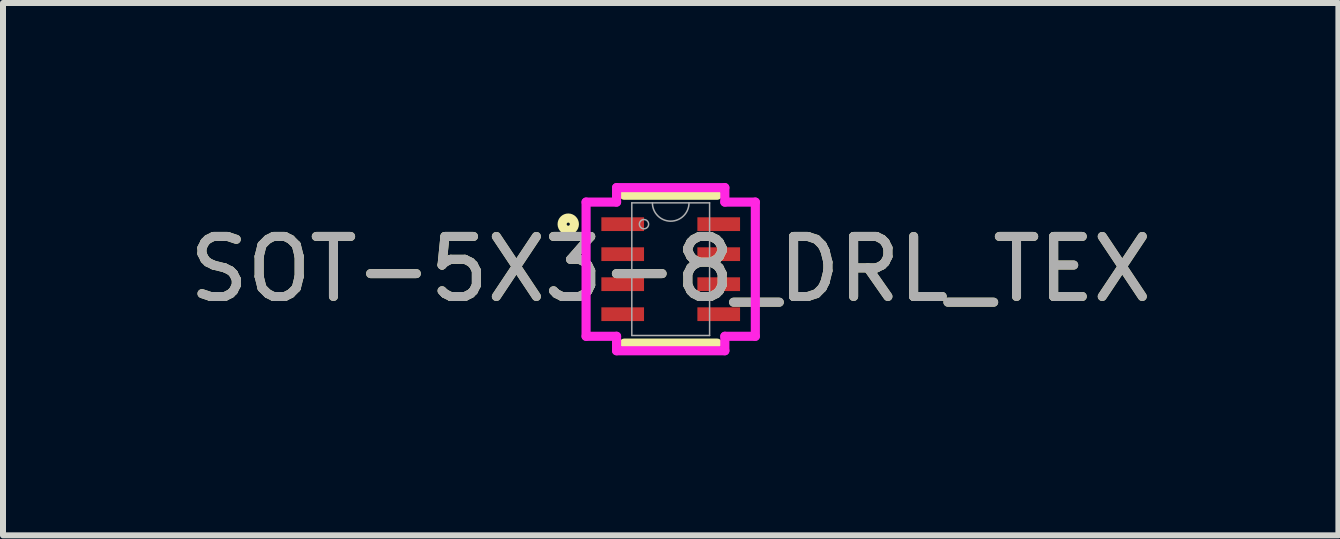
<source format=kicad_pcb>
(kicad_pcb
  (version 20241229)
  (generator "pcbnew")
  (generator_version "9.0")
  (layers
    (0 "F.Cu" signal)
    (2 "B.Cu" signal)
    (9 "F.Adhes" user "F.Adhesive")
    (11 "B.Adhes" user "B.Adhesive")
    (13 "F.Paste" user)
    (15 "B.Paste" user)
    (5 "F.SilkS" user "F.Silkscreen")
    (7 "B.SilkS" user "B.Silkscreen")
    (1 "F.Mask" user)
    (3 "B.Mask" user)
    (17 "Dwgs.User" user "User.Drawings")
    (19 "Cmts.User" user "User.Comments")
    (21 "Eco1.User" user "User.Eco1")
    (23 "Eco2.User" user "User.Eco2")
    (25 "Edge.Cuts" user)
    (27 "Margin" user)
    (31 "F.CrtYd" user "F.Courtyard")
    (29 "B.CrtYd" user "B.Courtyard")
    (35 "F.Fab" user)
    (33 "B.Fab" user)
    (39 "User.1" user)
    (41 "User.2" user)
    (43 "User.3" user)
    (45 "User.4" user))
  (footprint "SOT-5X3-8_DRL_TEX"
    (layer "F.Cu")
    (at 8.125 1.435)
    (property "Reference" "SOT-5X3-8_DRL_TEX" (at 0 0 0) (unlocked yes) (layer "F.SilkS") (effects (font (size 1 1) (thickness 0.15))))
    (attr smd)
    (fp_line (start -0.775 1.232) (end 0.775 1.232) (stroke (width 0.152) (type solid)) (layer "F.SilkS"))
    (fp_line (start 0.775 -1.232) (end -0.775 -1.232) (stroke (width 0.152) (type solid)) (layer "F.SilkS"))
    (fp_circle (center -1.707 -0.75) (end -1.605 -0.75) (stroke (width 0.152) (type solid)) (fill no) (layer "F.SilkS"))
    (fp_line (start -1.41 -1.118) (end -0.902 -1.118) (stroke (width 0.152) (type solid)) (layer "F.CrtYd"))
    (fp_line (start -1.41 1.118) (end -1.41 -1.118) (stroke (width 0.152) (type solid)) (layer "F.CrtYd"))
    (fp_line (start -1.41 1.118) (end -0.902 1.118) (stroke (width 0.152) (type solid)) (layer "F.CrtYd"))
    (fp_line (start -0.902 -1.359) (end 0.902 -1.359) (stroke (width 0.152) (type solid)) (layer "F.CrtYd"))
    (fp_line (start -0.902 -1.118) (end -0.902 -1.359) (stroke (width 0.152) (type solid)) (layer "F.CrtYd"))
    (fp_line (start -0.902 1.359) (end -0.902 1.118) (stroke (width 0.152) (type solid)) (layer "F.CrtYd"))
    (fp_line (start 0.902 -1.359) (end 0.902 -1.118) (stroke (width 0.152) (type solid)) (layer "F.CrtYd"))
    (fp_line (start 0.902 1.118) (end 0.902 1.359) (stroke (width 0.152) (type solid)) (layer "F.CrtYd"))
    (fp_line (start 0.902 1.359) (end -0.902 1.359) (stroke (width 0.152) (type solid)) (layer "F.CrtYd"))
    (fp_line (start 1.41 -1.118) (end 0.902 -1.118) (stroke (width 0.152) (type solid)) (layer "F.CrtYd"))
    (fp_line (start 1.41 -1.118) (end 1.41 1.118) (stroke (width 0.152) (type solid)) (layer "F.CrtYd"))
    (fp_line (start 1.41 1.118) (end 0.902 1.118) (stroke (width 0.152) (type solid)) (layer "F.CrtYd"))
    (fp_line (start -0.648 -1.105) (end -0.648 1.105) (stroke (width 0.025) (type solid)) (layer "F.Fab"))
    (fp_line (start -0.648 1.105) (end 0.648 1.105) (stroke (width 0.025) (type solid)) (layer "F.Fab"))
    (fp_line (start 0.648 -1.105) (end -0.648 -1.105) (stroke (width 0.025) (type solid)) (layer "F.Fab"))
    (fp_line (start 0.648 1.105) (end 0.648 -1.105) (stroke (width 0.025) (type solid)) (layer "F.Fab"))
    (fp_arc (start 0.3048 -1.1049) (mid 0 -0.8001) (end -0.3048 -1.1049) (stroke (width 0.0254) (type solid)) (layer "F.Fab"))
    (fp_circle (center -0.445 -0.75) (end -0.368 -0.75) (stroke (width 0.025) (type solid)) (fill no) (layer "F.Fab"))
    (fp_text user "${REFERENCE}" (at 0 0 0) (unlocked yes) (layer "F.Fab") (effects (font (size 1 1) (thickness 0.15))))
    (pad "1" smd rect (at -0.8 -0.75) (size 0.711 0.229) (layers "F.Cu" "F.Mask" "F.Paste"))
    (pad "2" smd rect (at -0.8 -0.25) (size 0.711 0.229) (layers "F.Cu" "F.Mask" "F.Paste"))
    (pad "3" smd rect (at -0.8 0.25) (size 0.711 0.229) (layers "F.Cu" "F.Mask" "F.Paste"))
    (pad "4" smd rect (at -0.8 0.75) (size 0.711 0.229) (layers "F.Cu" "F.Mask" "F.Paste"))
    (pad "5" smd rect (at 0.8 0.75) (size 0.711 0.229) (layers "F.Cu" "F.Mask" "F.Paste"))
    (pad "6" smd rect (at 0.8 0.25) (size 0.711 0.229) (layers "F.Cu" "F.Mask" "F.Paste"))
    (pad "7" smd rect (at 0.8 -0.25) (size 0.711 0.229) (layers "F.Cu" "F.Mask" "F.Paste"))
    (pad "8" smd rect (at 0.8 -0.75) (size 0.711 0.229) (layers "F.Cu" "F.Mask" "F.Paste")))
  (gr_rect
    (start -3 -3)
    (end 19.25 5.87)
    (stroke (width 0.1) (type default))
    (fill no)
    (layer "Edge.Cuts")))
</source>
